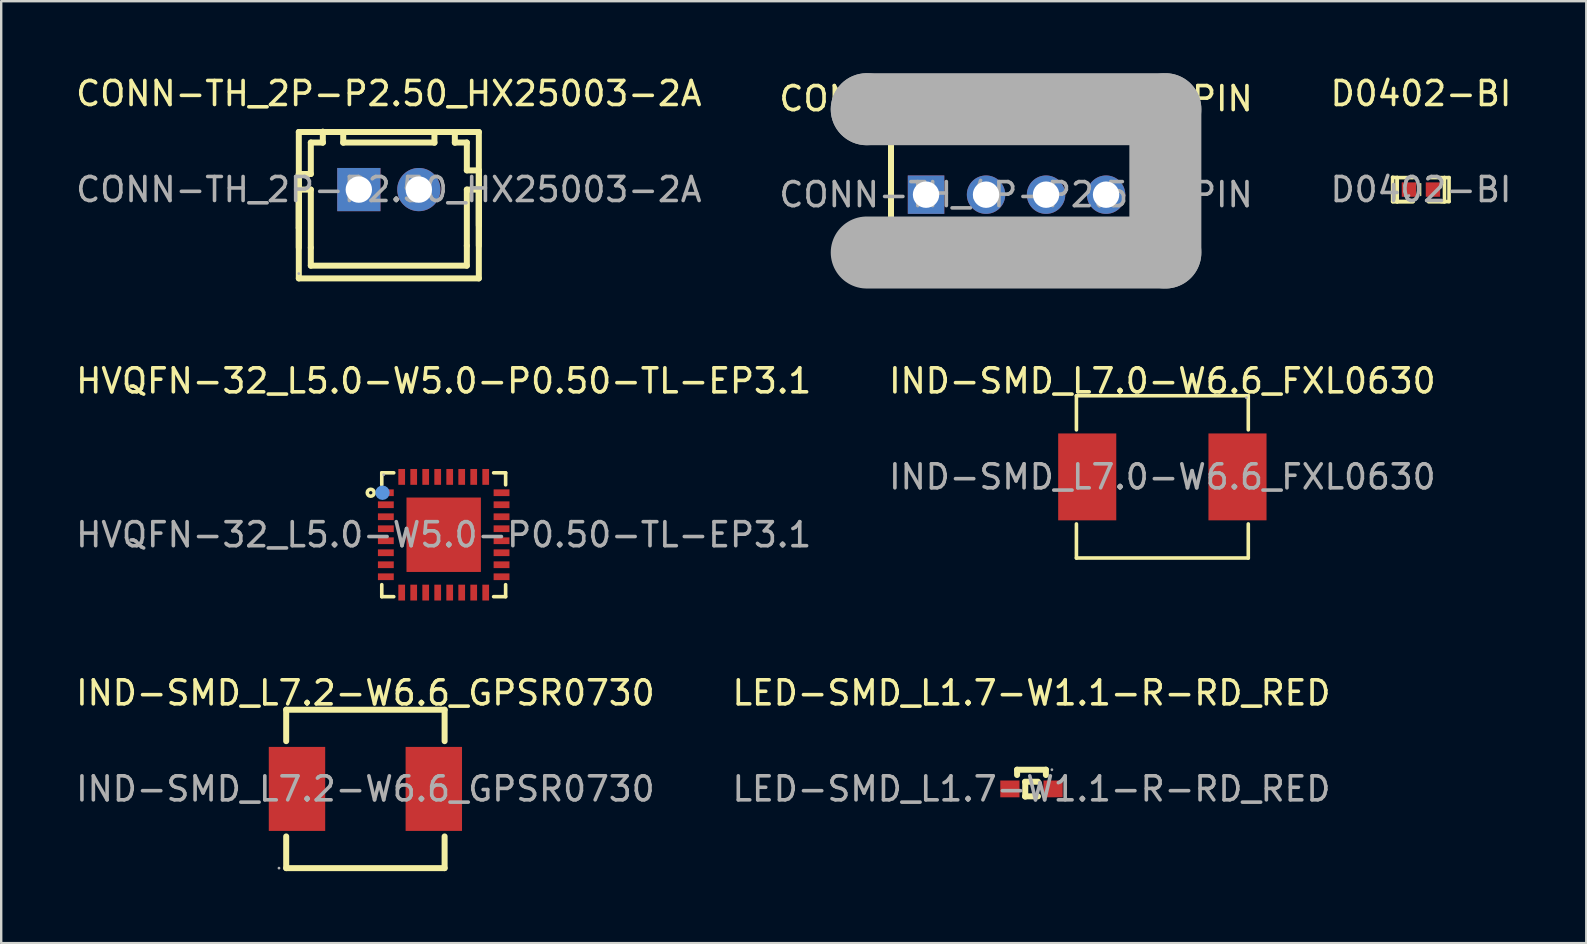
<source format=kicad_pcb>
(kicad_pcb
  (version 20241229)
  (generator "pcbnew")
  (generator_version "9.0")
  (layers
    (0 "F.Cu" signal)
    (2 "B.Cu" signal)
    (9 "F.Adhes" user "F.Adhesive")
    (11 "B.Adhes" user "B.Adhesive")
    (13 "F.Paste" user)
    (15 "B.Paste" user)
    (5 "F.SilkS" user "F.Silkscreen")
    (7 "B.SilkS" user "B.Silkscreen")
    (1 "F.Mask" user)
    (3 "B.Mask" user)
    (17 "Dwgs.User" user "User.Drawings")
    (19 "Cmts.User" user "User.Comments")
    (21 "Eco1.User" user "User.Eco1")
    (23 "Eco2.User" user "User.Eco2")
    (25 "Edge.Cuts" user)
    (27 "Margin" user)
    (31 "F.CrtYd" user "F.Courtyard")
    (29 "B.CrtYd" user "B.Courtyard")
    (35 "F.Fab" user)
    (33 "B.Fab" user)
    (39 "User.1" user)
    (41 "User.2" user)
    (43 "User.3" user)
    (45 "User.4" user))
  (footprint "D0402-BI"
    (layer "F.Cu")
    (at 56.149 4.848)
    (property "Reference" "D0402-BI" (at 0 -4 0) (layer "F.SilkS") (effects (font (size 1 1) (thickness 0.15))))
    (attr smd)
    (fp_line (start -1.18 -0.51) (end -0.99 -0.5) (stroke (width 0.15) (type solid)) (layer "F.SilkS"))
    (fp_line (start -1.18 0.5) (end -1.18 -0.51) (stroke (width 0.15) (type solid)) (layer "F.SilkS"))
    (fp_line (start -0.99 -0.5) (end -0.99 0.5) (stroke (width 0.15) (type solid)) (layer "F.SilkS"))
    (fp_line (start -0.99 -0.5) (end -0.99 0.5) (stroke (width 0.15) (type solid)) (layer "F.SilkS"))
    (fp_line (start -0.99 0.5) (end -1.17 0.5) (stroke (width 0.15) (type solid)) (layer "F.SilkS"))
    (fp_line (start -0.99 0.5) (end -0.33 0.5) (stroke (width 0.15) (type solid)) (layer "F.SilkS"))
    (fp_line (start -0.99 0.5) (end -0.33 0.5) (stroke (width 0.15) (type solid)) (layer "F.SilkS"))
    (fp_line (start -0.98 0.5) (end -1.18 0.5) (stroke (width 0.15) (type solid)) (layer "F.SilkS"))
    (fp_line (start -0.33 -0.5) (end -0.99 -0.5) (stroke (width 0.15) (type solid)) (layer "F.SilkS"))
    (fp_line (start -0.01 -0.25) (end -0.01 0.25) (stroke (width 0.05) (type solid)) (layer "F.SilkS"))
    (fp_line (start 0.32 0.51) (end 0.98 0.51) (stroke (width 0.15) (type solid)) (layer "F.SilkS"))
    (fp_line (start 0.98 -0.5) (end 0.32 -0.5) (stroke (width 0.15) (type solid)) (layer "F.SilkS"))
    (fp_line (start 0.98 -0.5) (end 1.17 -0.5) (stroke (width 0.15) (type solid)) (layer "F.SilkS"))
    (fp_line (start 0.98 0.51) (end 0.98 -0.5) (stroke (width 0.15) (type solid)) (layer "F.SilkS"))
    (fp_line (start 1.17 -0.5) (end 1.17 0.5) (stroke (width 0.15) (type solid)) (layer "F.SilkS"))
    (fp_line (start 1.17 0.5) (end 0.84 0.5) (stroke (width 0.15) (type solid)) (layer "F.SilkS"))
    (fp_circle (center -0.5 0.25) (end -0.47 0.25) (stroke (width 0.06) (type solid)) (fill no) (layer "F.Fab"))
    (fp_text user "${REFERENCE}" (at 0 0 0) (layer "F.Fab") (effects (font (size 1 1) (thickness 0.15))))
    (pad "1" smd rect (at -0.5 0) (size 0.6 0.6) (layers "F.Cu" "F.Mask" "F.Paste"))
    (pad "2" smd rect (at 0.5 0) (size 0.6 0.6) (layers "F.Cu" "F.Mask" "F.Paste")))
  (footprint "HVQFN-32_L5.0-W5.0-P0.50-TL-EP3.1"
    (layer "F.Cu")
    (at 15.435 19.228)
    (property "Reference" "HVQFN-32_L5.0-W5.0-P0.50-TL-EP3.1" (at 0 -6.41 0) (layer "F.SilkS") (effects (font (size 1 1) (thickness 0.15))))
    (attr smd)
    (fp_line (start -2.58 -2.58) (end -2.58 -2.08) (stroke (width 0.15) (type solid)) (layer "F.SilkS"))
    (fp_line (start -2.58 2.58) (end -2.58 2.08) (stroke (width 0.15) (type solid)) (layer "F.SilkS"))
    (fp_line (start -2.08 -2.58) (end -2.58 -2.58) (stroke (width 0.15) (type solid)) (layer "F.SilkS"))
    (fp_line (start -2.08 2.58) (end -2.58 2.58) (stroke (width 0.15) (type solid)) (layer "F.SilkS"))
    (fp_line (start 2.08 -2.58) (end 2.58 -2.58) (stroke (width 0.15) (type solid)) (layer "F.SilkS"))
    (fp_line (start 2.08 2.58) (end 2.58 2.58) (stroke (width 0.15) (type solid)) (layer "F.SilkS"))
    (fp_line (start 2.58 -2.58) (end 2.58 -2.08) (stroke (width 0.15) (type solid)) (layer "F.SilkS"))
    (fp_line (start 2.58 2.58) (end 2.58 2.08) (stroke (width 0.15) (type solid)) (layer "F.SilkS"))
    (fp_circle (center -3.04 -1.75) (end -2.97 -1.75) (stroke (width 0.15) (type solid)) (fill no) (layer "F.SilkS"))
    (fp_circle (center -2.55 -1.75) (end -2.4 -1.75) (stroke (width 0.3) (type solid)) (fill no) (layer "Cmts.User"))
    (fp_circle (center -2.5 -2.5) (end -2.47 -2.5) (stroke (width 0.06) (type solid)) (fill no) (layer "F.Fab"))
    (fp_text user "${REFERENCE}" (at 0 0 0) (layer "F.Fab") (effects (font (size 1 1) (thickness 0.15))))
    (pad "1" smd rect (at -2.41 -1.75) (size 0.66 0.28) (layers "F.Cu" "F.Mask" "F.Paste"))
    (pad "2" smd rect (at -2.41 -1.25) (size 0.66 0.28) (layers "F.Cu" "F.Mask" "F.Paste"))
    (pad "3" smd rect (at -2.41 -0.75) (size 0.66 0.28) (layers "F.Cu" "F.Mask" "F.Paste"))
    (pad "4" smd rect (at -2.41 -0.25) (size 0.66 0.28) (layers "F.Cu" "F.Mask" "F.Paste"))
    (pad "5" smd rect (at -2.41 0.25) (size 0.66 0.28) (layers "F.Cu" "F.Mask" "F.Paste"))
    (pad "6" smd rect (at -2.41 0.75) (size 0.66 0.28) (layers "F.Cu" "F.Mask" "F.Paste"))
    (pad "7" smd rect (at -2.41 1.25) (size 0.66 0.28) (layers "F.Cu" "F.Mask" "F.Paste"))
    (pad "8" smd rect (at -2.41 1.75) (size 0.66 0.28) (layers "F.Cu" "F.Mask" "F.Paste"))
    (pad "9" smd rect (at -1.75 2.41) (size 0.28 0.66) (layers "F.Cu" "F.Mask" "F.Paste"))
    (pad "10" smd rect (at -1.25 2.41) (size 0.28 0.66) (layers "F.Cu" "F.Mask" "F.Paste"))
    (pad "11" smd rect (at -0.75 2.41) (size 0.28 0.66) (layers "F.Cu" "F.Mask" "F.Paste"))
    (pad "12" smd rect (at -0.25 2.41) (size 0.28 0.66) (layers "F.Cu" "F.Mask" "F.Paste"))
    (pad "13" smd rect (at 0.25 2.41) (size 0.28 0.66) (layers "F.Cu" "F.Mask" "F.Paste"))
    (pad "14" smd rect (at 0.75 2.41) (size 0.28 0.66) (layers "F.Cu" "F.Mask" "F.Paste"))
    (pad "15" smd rect (at 1.25 2.41) (size 0.28 0.66) (layers "F.Cu" "F.Mask" "F.Paste"))
    (pad "16" smd rect (at 1.75 2.41) (size 0.28 0.66) (layers "F.Cu" "F.Mask" "F.Paste"))
    (pad "17" smd rect (at 2.41 1.75) (size 0.66 0.28) (layers "F.Cu" "F.Mask" "F.Paste"))
    (pad "18" smd rect (at 2.41 1.25) (size 0.66 0.28) (layers "F.Cu" "F.Mask" "F.Paste"))
    (pad "19" smd rect (at 2.41 0.75) (size 0.66 0.28) (layers "F.Cu" "F.Mask" "F.Paste"))
    (pad "20" smd rect (at 2.41 0.25) (size 0.66 0.28) (layers "F.Cu" "F.Mask" "F.Paste"))
    (pad "21" smd rect (at 2.41 -0.25) (size 0.66 0.28) (layers "F.Cu" "F.Mask" "F.Paste"))
    (pad "22" smd rect (at 2.41 -0.75) (size 0.66 0.28) (layers "F.Cu" "F.Mask" "F.Paste"))
    (pad "23" smd rect (at 2.41 -1.25) (size 0.66 0.28) (layers "F.Cu" "F.Mask" "F.Paste"))
    (pad "24" smd rect (at 2.41 -1.75) (size 0.66 0.28) (layers "F.Cu" "F.Mask" "F.Paste"))
    (pad "25" smd rect (at 1.75 -2.41) (size 0.28 0.66) (layers "F.Cu" "F.Mask" "F.Paste"))
    (pad "26" smd rect (at 1.25 -2.41) (size 0.28 0.66) (layers "F.Cu" "F.Mask" "F.Paste"))
    (pad "27" smd rect (at 0.75 -2.41) (size 0.28 0.66) (layers "F.Cu" "F.Mask" "F.Paste"))
    (pad "28" smd rect (at 0.25 -2.41) (size 0.28 0.66) (layers "F.Cu" "F.Mask" "F.Paste"))
    (pad "29" smd rect (at -0.25 -2.41) (size 0.28 0.66) (layers "F.Cu" "F.Mask" "F.Paste"))
    (pad "30" smd rect (at -0.75 -2.41) (size 0.28 0.66) (layers "F.Cu" "F.Mask" "F.Paste"))
    (pad "31" smd rect (at -1.25 -2.41) (size 0.28 0.66) (layers "F.Cu" "F.Mask" "F.Paste"))
    (pad "32" smd rect (at -1.75 -2.41) (size 0.28 0.66) (layers "F.Cu" "F.Mask" "F.Paste"))
    (pad "33" smd rect (at 0 0) (size 3.1 3.1) (layers "F.Cu" "F.Mask" "F.Paste")))
  (footprint "LED-SMD_L1.7-W1.1-R-RD_RED"
    (layer "F.Cu")
    (at 39.923 29.817)
    (property "Reference" "LED-SMD_L1.7-W1.1-R-RD_RED" (at 0 -4 0) (layer "F.SilkS") (effects (font (size 1 1) (thickness 0.15))))
    (attr smd)
    (fp_line (start -0.6 -0.8) (end -0.6 -0.58) (stroke (width 0.25) (type solid)) (layer "F.SilkS"))
    (fp_line (start -0.6 -0.8) (end 0.6 -0.8) (stroke (width 0.25) (type solid)) (layer "F.SilkS"))
    (fp_line (start -0.27 0.31) (end 0.27 0.31) (stroke (width 0.25) (type solid)) (layer "F.SilkS"))
    (fp_line (start -0.26 0.32) (end -0.26 -0.28) (stroke (width 0.25) (type solid)) (layer "F.SilkS"))
    (fp_line (start 0.27 -0.3) (end -0.27 -0.3) (stroke (width 0.25) (type solid)) (layer "F.SilkS"))
    (fp_line (start 0.6 -0.8) (end 0.6 -0.58) (stroke (width 0.25) (type solid)) (layer "F.SilkS"))
    (fp_circle (center 0.85 -0.8) (end 0.88 -0.8) (stroke (width 0.06) (type solid)) (fill no) (layer "F.Fab"))
    (fp_text user "${REFERENCE}" (at 0 0 0) (layer "F.Fab") (effects (font (size 1 1) (thickness 0.15))))
    (pad "1" smd rect (at 0.9 0) (size 0.8 0.7) (layers "F.Cu" "F.Mask" "F.Paste"))
    (pad "2" smd rect (at -0.9 0) (size 0.8 0.7) (layers "F.Cu" "F.Mask" "F.Paste")))
  (footprint "CONN-TH_2P-P2.50_HX25003-2A"
    (layer "F.Cu")
    (at 13.149 4.848)
    (property "Reference" "CONN-TH_2P-P2.50_HX25003-2A" (at 0 -4 0) (layer "F.SilkS") (effects (font (size 1 1) (thickness 0.15))))
    (attr through_hole)
    (fp_line (start -3.75 -2.4) (end -3.75 3.7) (stroke (width 0.25) (type solid)) (layer "F.SilkS"))
    (fp_line (start -3.75 -2.4) (end 3.75 -2.4) (stroke (width 0.25) (type solid)) (layer "F.SilkS"))
    (fp_line (start -3.75 -0.65) (end -3.25 -0.65) (stroke (width 0.25) (type solid)) (layer "F.SilkS"))
    (fp_line (start -3.75 0) (end -3.75 2.42) (stroke (width 0.25) (type solid)) (layer "F.SilkS"))
    (fp_line (start -3.75 1.6) (end -3.75 -0.65) (stroke (width 0.25) (type solid)) (layer "F.SilkS"))
    (fp_line (start -3.75 1.6) (end -3.75 1.6) (stroke (width 0.25) (type solid)) (layer "F.SilkS"))
    (fp_line (start -3.75 3.7) (end 3.75 3.7) (stroke (width 0.25) (type solid)) (layer "F.SilkS"))
    (fp_line (start -3.25 -1.96) (end -2.75 -1.96) (stroke (width 0.25) (type solid)) (layer "F.SilkS"))
    (fp_line (start -3.25 -0.65) (end -3.25 -1.96) (stroke (width 0.25) (type solid)) (layer "F.SilkS"))
    (fp_line (start -3.25 0) (end -3.75 0) (stroke (width 0.25) (type solid)) (layer "F.SilkS"))
    (fp_line (start -3.25 2.42) (end -3.25 0) (stroke (width 0.25) (type solid)) (layer "F.SilkS"))
    (fp_line (start -3.25 3.17) (end -3.25 2.42) (stroke (width 0.25) (type solid)) (layer "F.SilkS"))
    (fp_line (start -2.75 -2.41) (end -2.75 -2.41) (stroke (width 0.25) (type solid)) (layer "F.SilkS"))
    (fp_line (start -2.75 -1.96) (end -2.75 -2.41) (stroke (width 0.25) (type solid)) (layer "F.SilkS"))
    (fp_line (start -2.75 -1.96) (end -2.75 -1.96) (stroke (width 0.25) (type solid)) (layer "F.SilkS"))
    (fp_line (start -1.9 -2.4) (end -1.9 -1.95) (stroke (width 0.25) (type solid)) (layer "F.SilkS"))
    (fp_line (start 1.9 -2.4) (end 1.9 -1.95) (stroke (width 0.25) (type solid)) (layer "F.SilkS"))
    (fp_line (start 1.9 -1.96) (end -1.9 -1.96) (stroke (width 0.25) (type solid)) (layer "F.SilkS"))
    (fp_line (start 2.75 -1.95) (end 2.75 -2.4) (stroke (width 0.25) (type solid)) (layer "F.SilkS"))
    (fp_line (start 3.25 -1.96) (end 2.75 -1.96) (stroke (width 0.25) (type solid)) (layer "F.SilkS"))
    (fp_line (start 3.25 -1.96) (end 3.25 -0.8) (stroke (width 0.25) (type solid)) (layer "F.SilkS"))
    (fp_line (start 3.25 0) (end 3.25 2.34) (stroke (width 0.25) (type solid)) (layer "F.SilkS"))
    (fp_line (start 3.25 2.34) (end 3.25 3.17) (stroke (width 0.25) (type solid)) (layer "F.SilkS"))
    (fp_line (start 3.25 3.17) (end -3.25 3.17) (stroke (width 0.25) (type solid)) (layer "F.SilkS"))
    (fp_line (start 3.75 -2.4) (end 3.75 3.7) (stroke (width 0.25) (type solid)) (layer "F.SilkS"))
    (fp_line (start 3.75 -0.8) (end 3.25 -0.8) (stroke (width 0.25) (type solid)) (layer "F.SilkS"))
    (fp_line (start 3.75 0) (end 3.25 0) (stroke (width 0.25) (type solid)) (layer "F.SilkS"))
    (fp_line (start 3.75 1.5) (end 3.75 -0.8) (stroke (width 0.25) (type solid)) (layer "F.SilkS"))
    (fp_line (start 3.75 2.34) (end 3.75 0) (stroke (width 0.25) (type solid)) (layer "F.SilkS"))
    (fp_circle (center -3.75 3.5) (end -3.72 3.5) (stroke (width 0.06) (type solid)) (fill no) (layer "F.Fab"))
    (fp_text user "${REFERENCE}" (at 0 0 0) (layer "F.Fab") (effects (font (size 1 1) (thickness 0.15))))
    (pad "1" thru_hole rect (at -1.25 0) (size 1.8 1.8) (drill 1.1) (layers "*.Cu" "*.Mask"))
    (pad "2" thru_hole circle (at 1.25 0) (size 1.8 1.8) (drill 1.1) (layers "*.Cu" "*.Mask")))
  (footprint "CONN-TH_4P-P2.50_4PIN"
    (layer "F.Cu")
    (at 39.28 5.06)
    (property "Reference" "CONN-TH_4P-P2.50_4PIN" (at 0 -4 0) (layer "F.SilkS") (effects (font (size 1 1) (thickness 0.15))))
    (attr through_hole)
    (fp_line (start -5.21 -2.8) (end -5.21 1.52) (stroke (width 0.25) (type solid)) (layer "F.SilkS"))
    (fp_line (start -5.21 1.52) (end -4.19 1.52) (stroke (width 0.25) (type solid)) (layer "F.SilkS"))
    (fp_line (start -4.19 1.52) (end -4.19 2.28) (stroke (width 0.25) (type solid)) (layer "F.SilkS"))
    (fp_line (start -4.19 2.28) (end -4.19 2.41) (stroke (width 0.25) (type solid)) (layer "F.SilkS"))
    (fp_line (start -2.54 1.52) (end 2.54 1.52) (stroke (width 0.25) (type solid)) (layer "F.SilkS"))
    (fp_line (start -2.54 2.41) (end -2.54 1.52) (stroke (width 0.25) (type solid)) (layer "F.SilkS"))
    (fp_line (start 2.54 1.52) (end 2.54 2.41) (stroke (width 0.25) (type solid)) (layer "F.SilkS"))
    (fp_line (start 4.06 1.52) (end 5.46 1.52) (stroke (width 0.25) (type solid)) (layer "F.SilkS"))
    (fp_line (start 4.06 2.28) (end 4.06 1.52) (stroke (width 0.25) (type solid)) (layer "F.SilkS"))
    (fp_line (start 5.46 -2.8) (end -5.21 -2.8) (stroke (width 0.25) (type solid)) (layer "F.SilkS"))
    (fp_line (start 5.46 1.52) (end 5.46 -2.8) (stroke (width 0.25) (type solid)) (layer "F.SilkS"))
    (fp_line (start -6.22 -3.56) (end -6.22 -3.56) (stroke (width 3) (type solid)) (layer "F.Fab"))
    (fp_line (start -6.22 -3.56) (end 6.22 -3.56) (stroke (width 3) (type solid)) (layer "F.Fab"))
    (fp_line (start 6.22 -3.56) (end 6.22 2.41) (stroke (width 3) (type solid)) (layer "F.Fab"))
    (fp_line (start 6.22 2.41) (end -6.22 2.41) (stroke (width 3) (type solid)) (layer "F.Fab"))
    (fp_circle (center -6.25 2.4) (end -6.22 2.4) (stroke (width 0.06) (type solid)) (fill no) (layer "F.Fab"))
    (fp_text user "${REFERENCE}" (at 0 0 0) (layer "F.Fab") (effects (font (size 1 1) (thickness 0.15))))
    (pad "1" thru_hole rect (at -3.75 0) (size 1.52 1.6) (drill 1.1) (layers "*.Cu" "*.Mask"))
    (pad "2" thru_hole circle (at -1.25 0) (size 1.6 1.6) (drill 1.1) (layers "*.Cu" "*.Mask"))
    (pad "3" thru_hole circle (at 1.25 0) (size 1.6 1.6) (drill 1.1) (layers "*.Cu" "*.Mask"))
    (pad "4" thru_hole circle (at 3.75 0) (size 1.6 1.6) (drill 1.1) (layers "*.Cu" "*.Mask")))
  (footprint "IND-SMD_L7.2-W6.6_GPSR0730"
    (layer "F.Cu")
    (at 12.173 29.817)
    (property "Reference" "IND-SMD_L7.2-W6.6_GPSR0730" (at 0 -4 0) (layer "F.SilkS") (effects (font (size 1 1) (thickness 0.15))))
    (attr smd)
    (fp_line (start -3.3 -3.3) (end -3.3 -1.99) (stroke (width 0.25) (type solid)) (layer "F.SilkS"))
    (fp_line (start -3.3 -3.3) (end 3.3 -3.3) (stroke (width 0.25) (type solid)) (layer "F.SilkS"))
    (fp_line (start -3.3 1.98) (end -3.3 3.3) (stroke (width 0.25) (type solid)) (layer "F.SilkS"))
    (fp_line (start -3.3 3.3) (end 3.3 3.3) (stroke (width 0.25) (type solid)) (layer "F.SilkS"))
    (fp_line (start 3.3 -3.3) (end 3.3 -1.99) (stroke (width 0.25) (type solid)) (layer "F.SilkS"))
    (fp_line (start 3.3 1.98) (end 3.3 3.3) (stroke (width 0.25) (type solid)) (layer "F.SilkS"))
    (fp_circle (center -3.6 3.3) (end -3.57 3.3) (stroke (width 0.06) (type solid)) (fill no) (layer "F.Fab"))
    (fp_text user "${REFERENCE}" (at 0 0 0) (layer "F.Fab") (effects (font (size 1 1) (thickness 0.15))))
    (pad "1" smd rect (at -2.85 0) (size 2.35 3.5) (layers "F.Cu" "F.Mask" "F.Paste"))
    (pad "2" smd rect (at 2.85 0) (size 2.35 3.5) (layers "F.Cu" "F.Mask" "F.Paste")))
  (footprint "IND-SMD_L7.0-W6.6_FXL0630"
    (layer "F.Cu")
    (at 45.375 16.818)
    (property "Reference" "IND-SMD_L7.0-W6.6_FXL0630" (at 0 -4 0) (layer "F.SilkS") (effects (font (size 1 1) (thickness 0.15))))
    (attr smd)
    (fp_line (start -3.58 -3.38) (end 3.58 -3.38) (stroke (width 0.15) (type solid)) (layer "F.SilkS"))
    (fp_line (start -3.58 -1.96) (end -3.58 -3.38) (stroke (width 0.15) (type solid)) (layer "F.SilkS"))
    (fp_line (start -3.58 1.96) (end -3.58 3.38) (stroke (width 0.15) (type solid)) (layer "F.SilkS"))
    (fp_line (start -3.58 3.38) (end 3.58 3.38) (stroke (width 0.15) (type solid)) (layer "F.SilkS"))
    (fp_line (start 3.58 -3.38) (end 3.58 -1.96) (stroke (width 0.15) (type solid)) (layer "F.SilkS"))
    (fp_line (start 3.58 3.38) (end 3.58 1.96) (stroke (width 0.15) (type solid)) (layer "F.SilkS"))
    (fp_circle (center 3.5 -3.3) (end 3.53 -3.3) (stroke (width 0.06) (type solid)) (fill no) (layer "F.Fab"))
    (fp_text user "${REFERENCE}" (at 0 0 0) (layer "F.Fab") (effects (font (size 1 1) (thickness 0.15))))
    (pad "1" smd rect (at 3.13 0) (size 2.42 3.62) (layers "F.Cu" "F.Mask" "F.Paste"))
    (pad "2" smd rect (at -3.13 0) (size 2.42 3.62) (layers "F.Cu" "F.Mask" "F.Paste")))
  (gr_rect
    (start -3 -3)
    (end 63.036 36.242)
    (stroke (width 0.1) (type default))
    (fill no)
    (layer "Edge.Cuts")))
</source>
